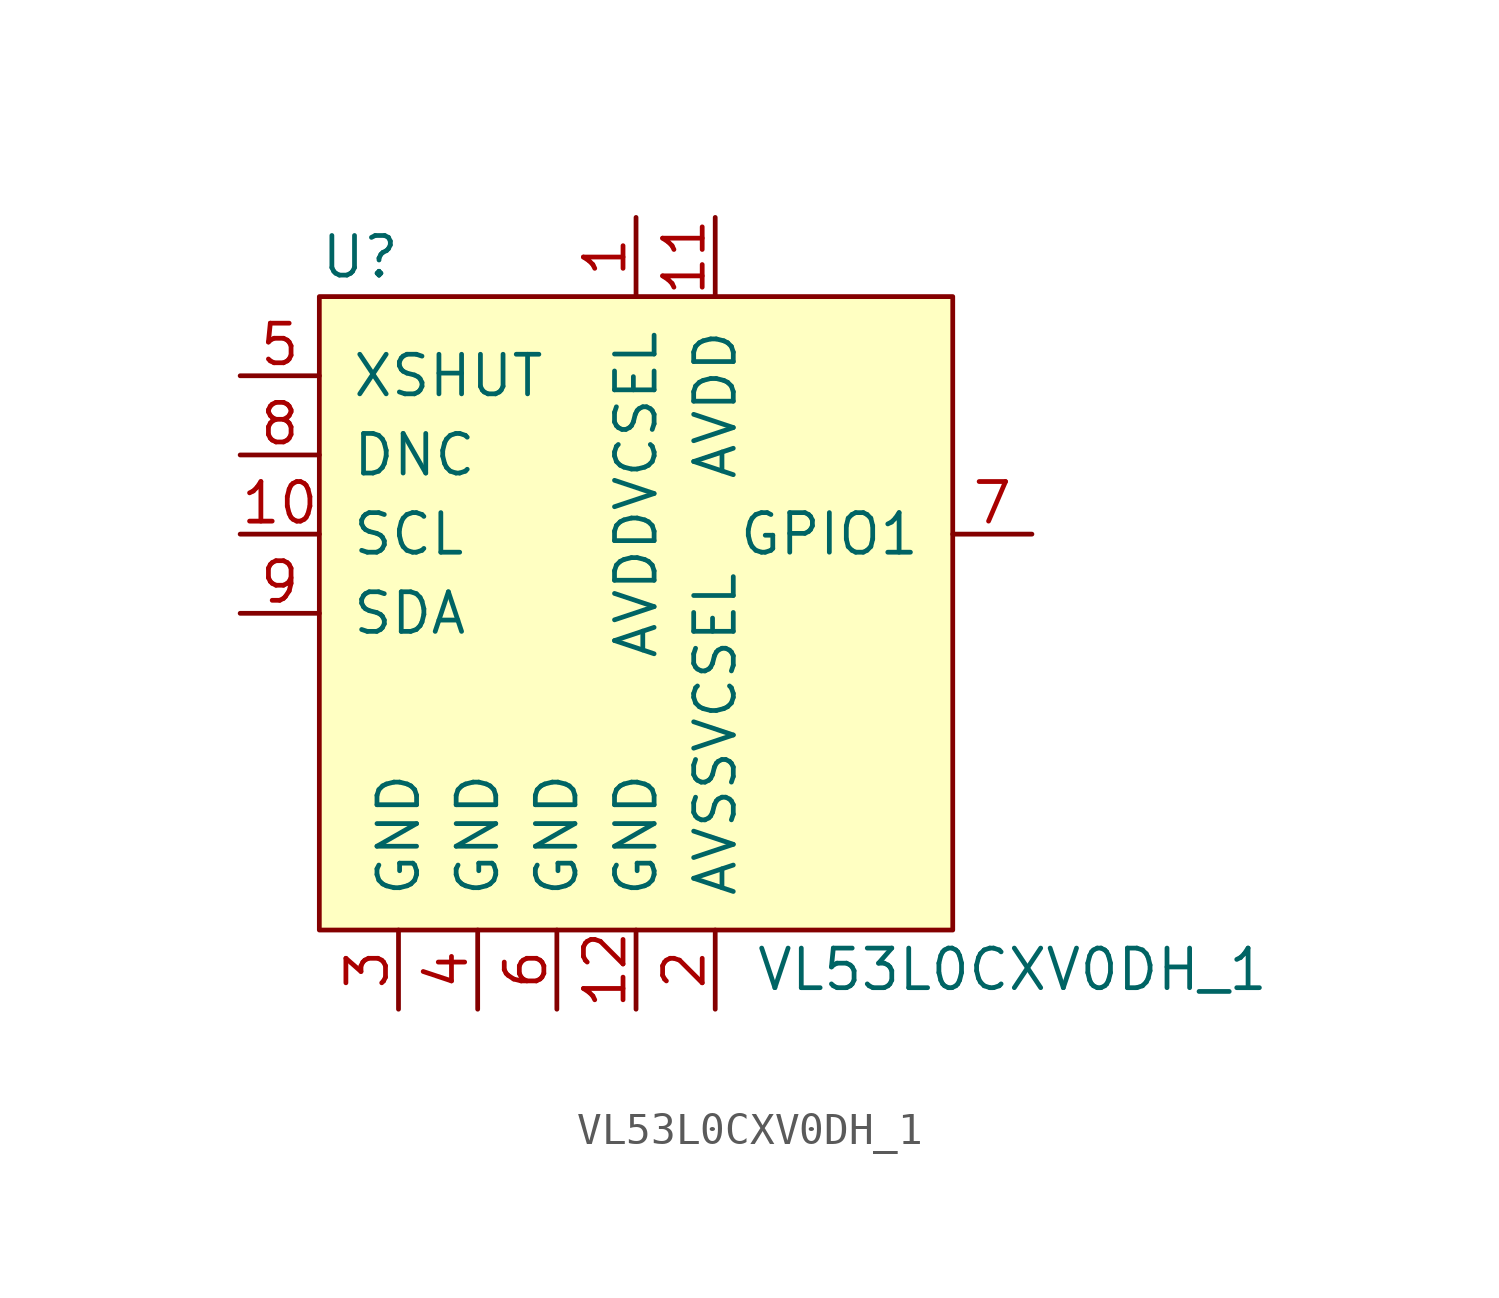
<source format=kicad_sym>
(kicad_symbol_lib
  (version 20211014)
  (generator kicad_symbol_editor)
  (symbol "VL53L0CXV0DH_1"
    (pin_names
      (offset 1.016))
    (property "Reference" "U"
      (at -10.16 8.89 0)
      (effects (font (size 1.27 1.27)) (justify left)))
    (property "Value" "VL53L0CXV0DH_1"
      (at 3.81 -13.97 0)
      (effects (font (size 1.27 1.27)) (justify left)))
    (symbol "VL53L0CXV0DH_1_0_1"
      (rectangle (start -10.16 7.62) (end 10.16 -12.7) (stroke (width 0) (type default) (color 0 0 0 0)) (fill (type background))))
    (symbol "VL53L0CXV0DH_1_1_1"
      (pin power_in line (at 0 10.16 270) (length 2.54) (name "AVDDVCSEL" (effects (font (size 1.27 1.27)))) (number "1" (effects (font (size 1.27 1.27)))))
      (pin input line (at -12.7 0 0) (length 2.54) (name "SCL" (effects (font (size 1.27 1.27)))) (number "10" (effects (font (size 1.27 1.27)))))
      (pin power_in line (at 2.54 10.16 270) (length 2.54) (name "AVDD" (effects (font (size 1.27 1.27)))) (number "11" (effects (font (size 1.27 1.27)))))
      (pin power_in line (at 0 -15.24 90) (length 2.54) (name "GND" (effects (font (size 1.27 1.27)))) (number "12" (effects (font (size 1.27 1.27)))))
      (pin power_in line (at 2.54 -15.24 90) (length 2.54) (name "AVSSVCSEL" (effects (font (size 1.27 1.27)))) (number "2" (effects (font (size 1.27 1.27)))))
      (pin power_in line (at -7.62 -15.24 90) (length 2.54) (name "GND" (effects (font (size 1.27 1.27)))) (number "3" (effects (font (size 1.27 1.27)))))
      (pin power_in line (at -5.08 -15.24 90) (length 2.54) (name "GND" (effects (font (size 1.27 1.27)))) (number "4" (effects (font (size 1.27 1.27)))))
      (pin input line (at -12.7 5.08 0) (length 2.54) (name "XSHUT" (effects (font (size 1.27 1.27)))) (number "5" (effects (font (size 1.27 1.27)))))
      (pin power_in line (at -2.54 -15.24 90) (length 2.54) (name "GND" (effects (font (size 1.27 1.27)))) (number "6" (effects (font (size 1.27 1.27)))))
      (pin output line (at 12.7 0 180) (length 2.54) (name "GPIO1" (effects (font (size 1.27 1.27)))) (number "7" (effects (font (size 1.27 1.27)))))
      (pin input line (at -12.7 2.54 0) (length 2.54) (name "DNC" (effects (font (size 1.27 1.27)))) (number "8" (effects (font (size 1.27 1.27)))))
      (pin bidirectional line (at -12.7 -2.54 0) (length 2.54) (name "SDA" (effects (font (size 1.27 1.27)))) (number "9" (effects (font (size 1.27 1.27))))))))
</source>
